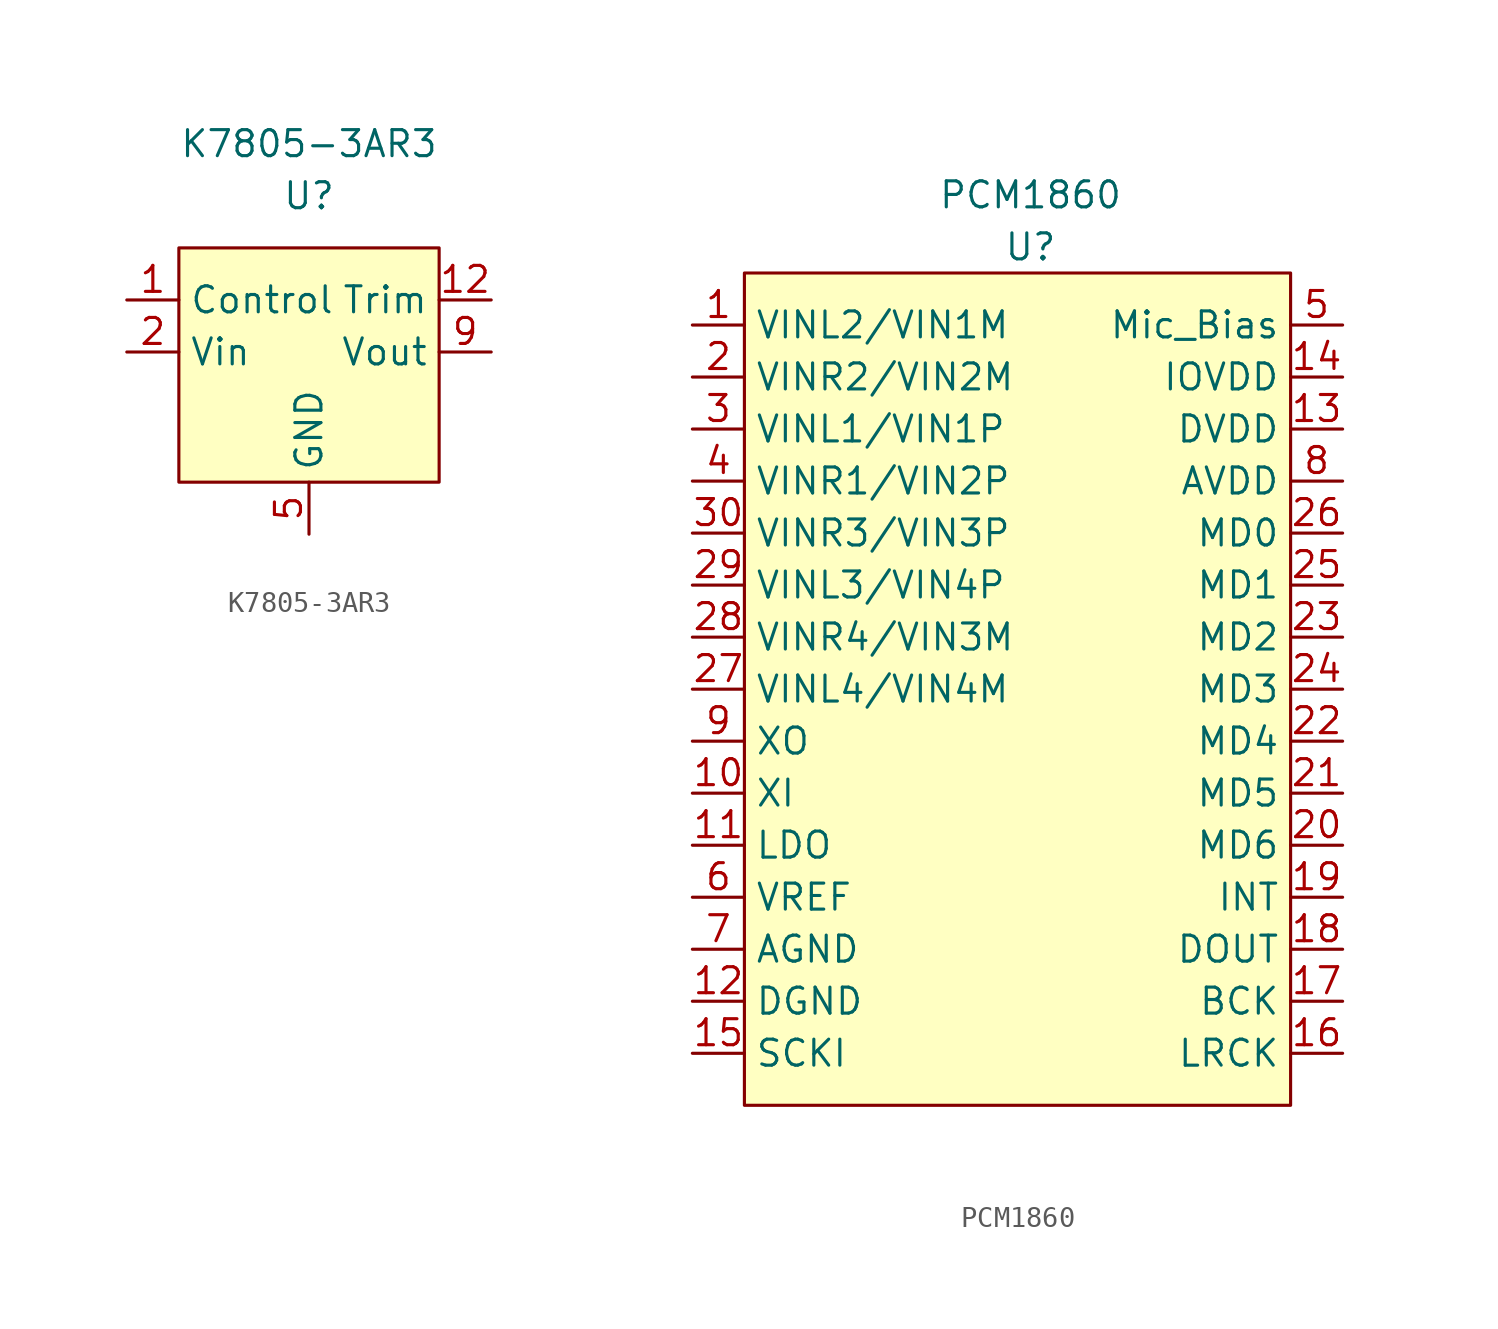
<source format=kicad_sym>
(kicad_symbol_lib
  (version 20211014)
  (generator kicad_symbol_editor)
  (symbol "K7805-3AR3"
    (property "Reference" "U"
      (at 0 11.43 0)
      (effects (font (size 1.27 1.27))))
    (property "Value" "K7805-3AR3"
      (at 0 13.97 0)
      (effects (font (size 1.27 1.27))))
    (symbol "K7805-3AR3_0_1"
      (rectangle (start -6.35 8.89) (end 6.35 -2.54) (stroke (width 0) (type default) (color 0 0 0 0)) (fill (type background))))
    (symbol "K7805-3AR3_1_1"
      (pin input line (at -8.89 6.35 0) (length 2.54) (name "Control" (effects (font (size 1.27 1.27)))) (number "1" (effects (font (size 1.27 1.27)))))
      (pin power_out line (at 8.89 3.81 180) (length 2.54) hide (name "Vout" (effects (font (size 1.27 1.27)))) (number "10" (effects (font (size 1.27 1.27)))))
      (pin power_out line (at 8.89 3.81 180) (length 2.54) hide (name "Vout" (effects (font (size 1.27 1.27)))) (number "11" (effects (font (size 1.27 1.27)))))
      (pin input line (at 8.89 6.35 180) (length 2.54) (name "Trim" (effects (font (size 1.27 1.27)))) (number "12" (effects (font (size 1.27 1.27)))))
      (pin power_in line (at -8.89 3.81 0) (length 2.54) (name "Vin" (effects (font (size 1.27 1.27)))) (number "2" (effects (font (size 1.27 1.27)))))
      (pin power_in line (at -8.89 3.81 0) (length 2.54) hide (name "Vin" (effects (font (size 1.27 1.27)))) (number "3" (effects (font (size 1.27 1.27)))))
      (pin power_in line (at -8.89 3.81 0) (length 2.54) hide (name "Vin" (effects (font (size 1.27 1.27)))) (number "4" (effects (font (size 1.27 1.27)))))
      (pin power_in line (at 0 -5.08 90) (length 2.54) (name "GND" (effects (font (size 1.27 1.27)))) (number "5" (effects (font (size 1.27 1.27)))))
      (pin power_in line (at 0 -5.08 90) (length 2.54) hide (name "GND" (effects (font (size 1.27 1.27)))) (number "6" (effects (font (size 1.27 1.27)))))
      (pin power_in line (at 0 -5.08 90) (length 2.54) hide (name "GND" (effects (font (size 1.27 1.27)))) (number "7" (effects (font (size 1.27 1.27)))))
      (pin power_in line (at 0 -5.08 90) (length 2.54) hide (name "GND" (effects (font (size 1.27 1.27)))) (number "8" (effects (font (size 1.27 1.27)))))
      (pin power_out line (at 8.89 3.81 180) (length 2.54) (name "Vout" (effects (font (size 1.27 1.27)))) (number "9" (effects (font (size 1.27 1.27)))))))
  (symbol "PCM1860"
    (property "Reference" "U"
      (at 0 19.05 0)
      (effects (font (size 1.27 1.27))))
    (property "Value" "PCM1860"
      (at 0 21.59 0)
      (effects (font (size 1.27 1.27))))
    (symbol "PCM1860_0_1"
      (rectangle (start -13.97 17.78) (end 12.7 -22.86) (stroke (width 0) (type default) (color 0 0 0 0)) (fill (type background))))
    (symbol "PCM1860_1_1"
      (pin input line (at -16.51 15.24 0) (length 2.54) (name "VINL2/VIN1M" (effects (font (size 1.27 1.27)))) (number "1" (effects (font (size 1.27 1.27)))))
      (pin input line (at -16.51 -7.62 0) (length 2.54) (name "XI" (effects (font (size 1.27 1.27)))) (number "10" (effects (font (size 1.27 1.27)))))
      (pin power_out line (at -16.51 -10.16 0) (length 2.54) (name "LDO" (effects (font (size 1.27 1.27)))) (number "11" (effects (font (size 1.27 1.27)))))
      (pin power_in line (at -16.51 -17.78 0) (length 2.54) (name "DGND" (effects (font (size 1.27 1.27)))) (number "12" (effects (font (size 1.27 1.27)))))
      (pin power_in line (at 15.24 10.16 180) (length 2.54) (name "DVDD" (effects (font (size 1.27 1.27)))) (number "13" (effects (font (size 1.27 1.27)))))
      (pin power_in line (at 15.24 12.7 180) (length 2.54) (name "IOVDD" (effects (font (size 1.27 1.27)))) (number "14" (effects (font (size 1.27 1.27)))))
      (pin input line (at -16.51 -20.32 0) (length 2.54) (name "SCKI" (effects (font (size 1.27 1.27)))) (number "15" (effects (font (size 1.27 1.27)))))
      (pin input line (at 15.24 -20.32 180) (length 2.54) (name "LRCK" (effects (font (size 1.27 1.27)))) (number "16" (effects (font (size 1.27 1.27)))))
      (pin input line (at 15.24 -17.78 180) (length 2.54) (name "BCK" (effects (font (size 1.27 1.27)))) (number "17" (effects (font (size 1.27 1.27)))))
      (pin output line (at 15.24 -15.24 180) (length 2.54) (name "DOUT" (effects (font (size 1.27 1.27)))) (number "18" (effects (font (size 1.27 1.27)))))
      (pin output line (at 15.24 -12.7 180) (length 2.54) (name "INT" (effects (font (size 1.27 1.27)))) (number "19" (effects (font (size 1.27 1.27)))))
      (pin input line (at -16.51 12.7 0) (length 2.54) (name "VINR2/VIN2M" (effects (font (size 1.27 1.27)))) (number "2" (effects (font (size 1.27 1.27)))))
      (pin input line (at 15.24 -10.16 180) (length 2.54) (name "MD6" (effects (font (size 1.27 1.27)))) (number "20" (effects (font (size 1.27 1.27)))))
      (pin input line (at 15.24 -7.62 180) (length 2.54) (name "MD5" (effects (font (size 1.27 1.27)))) (number "21" (effects (font (size 1.27 1.27)))))
      (pin input line (at 15.24 -5.08 180) (length 2.54) (name "MD4" (effects (font (size 1.27 1.27)))) (number "22" (effects (font (size 1.27 1.27)))))
      (pin input line (at 15.24 0 180) (length 2.54) (name "MD2" (effects (font (size 1.27 1.27)))) (number "23" (effects (font (size 1.27 1.27)))))
      (pin input line (at 15.24 -2.54 180) (length 2.54) (name "MD3" (effects (font (size 1.27 1.27)))) (number "24" (effects (font (size 1.27 1.27)))))
      (pin input line (at 15.24 2.54 180) (length 2.54) (name "MD1" (effects (font (size 1.27 1.27)))) (number "25" (effects (font (size 1.27 1.27)))))
      (pin input line (at 15.24 5.08 180) (length 2.54) (name "MD0" (effects (font (size 1.27 1.27)))) (number "26" (effects (font (size 1.27 1.27)))))
      (pin input line (at -16.51 -2.54 0) (length 2.54) (name "VINL4/VIN4M" (effects (font (size 1.27 1.27)))) (number "27" (effects (font (size 1.27 1.27)))))
      (pin input line (at -16.51 0 0) (length 2.54) (name "VINR4/VIN3M" (effects (font (size 1.27 1.27)))) (number "28" (effects (font (size 1.27 1.27)))))
      (pin input line (at -16.51 2.54 0) (length 2.54) (name "VINL3/VIN4P" (effects (font (size 1.27 1.27)))) (number "29" (effects (font (size 1.27 1.27)))))
      (pin input line (at -16.51 10.16 0) (length 2.54) (name "VINL1/VIN1P" (effects (font (size 1.27 1.27)))) (number "3" (effects (font (size 1.27 1.27)))))
      (pin input line (at -16.51 5.08 0) (length 2.54) (name "VINR3/VIN3P" (effects (font (size 1.27 1.27)))) (number "30" (effects (font (size 1.27 1.27)))))
      (pin input line (at -16.51 7.62 0) (length 2.54) (name "VINR1/VIN2P" (effects (font (size 1.27 1.27)))) (number "4" (effects (font (size 1.27 1.27)))))
      (pin output line (at 15.24 15.24 180) (length 2.54) (name "Mic_Bias" (effects (font (size 1.27 1.27)))) (number "5" (effects (font (size 1.27 1.27)))))
      (pin power_out line (at -16.51 -12.7 0) (length 2.54) (name "VREF" (effects (font (size 1.27 1.27)))) (number "6" (effects (font (size 1.27 1.27)))))
      (pin power_in line (at -16.51 -15.24 0) (length 2.54) (name "AGND" (effects (font (size 1.27 1.27)))) (number "7" (effects (font (size 1.27 1.27)))))
      (pin power_in line (at 15.24 7.62 180) (length 2.54) (name "AVDD" (effects (font (size 1.27 1.27)))) (number "8" (effects (font (size 1.27 1.27)))))
      (pin output line (at -16.51 -5.08 0) (length 2.54) (name "XO" (effects (font (size 1.27 1.27)))) (number "9" (effects (font (size 1.27 1.27))))))))
</source>
